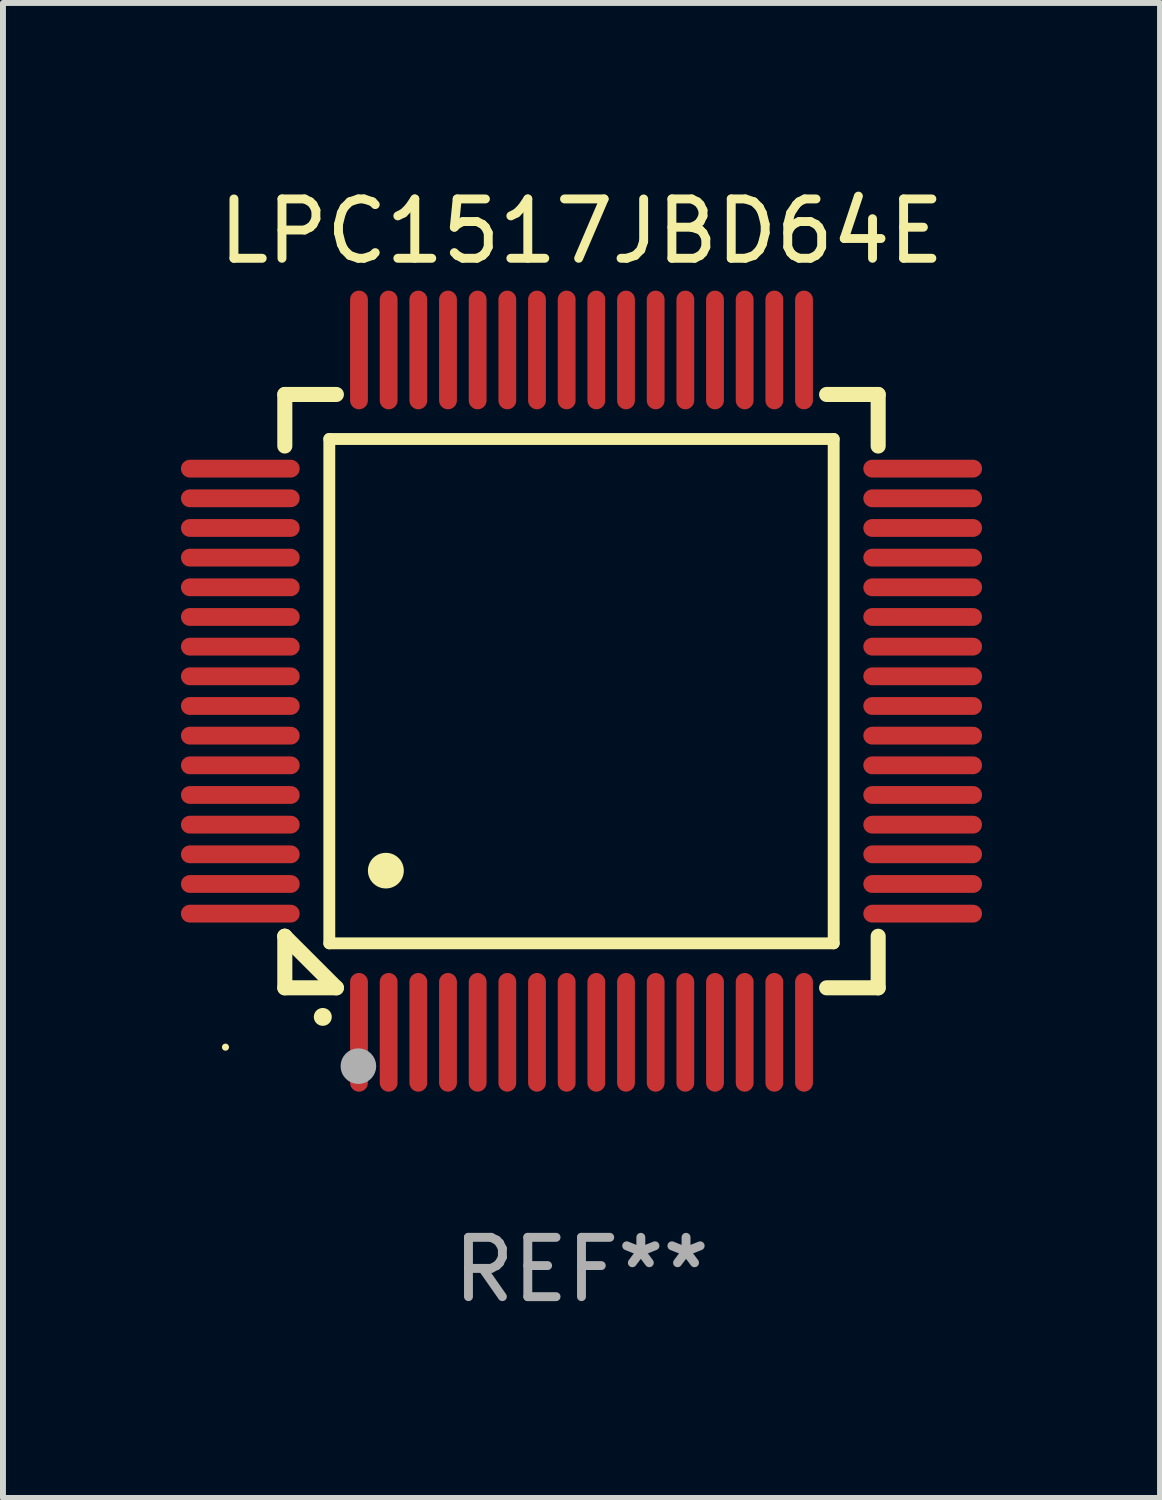
<source format=kicad_pcb>
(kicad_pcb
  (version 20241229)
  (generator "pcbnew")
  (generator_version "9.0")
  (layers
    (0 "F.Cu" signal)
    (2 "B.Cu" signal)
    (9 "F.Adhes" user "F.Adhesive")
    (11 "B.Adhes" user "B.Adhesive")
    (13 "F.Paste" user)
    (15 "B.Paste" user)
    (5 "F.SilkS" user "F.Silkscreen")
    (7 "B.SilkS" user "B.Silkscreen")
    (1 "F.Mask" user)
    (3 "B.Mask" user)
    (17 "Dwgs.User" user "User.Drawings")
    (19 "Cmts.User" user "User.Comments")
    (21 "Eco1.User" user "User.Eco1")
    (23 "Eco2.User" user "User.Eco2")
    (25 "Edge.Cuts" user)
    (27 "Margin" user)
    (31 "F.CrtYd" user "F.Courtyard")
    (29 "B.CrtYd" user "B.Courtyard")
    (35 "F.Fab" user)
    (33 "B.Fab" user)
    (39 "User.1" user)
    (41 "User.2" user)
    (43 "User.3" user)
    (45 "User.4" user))
  (footprint "LPC1517JBD64E"
    (layer "F.Cu")
    (at 6.75 8.598)
    (property "Reference" "LPC1517JBD64E" (at 0 -7.75 0) (layer "F.SilkS") (effects (font (size 1 1) (thickness 0.15))))
    (attr through_hole)
    (fp_line (start -5 -5) (end -4.131 -5) (stroke (width 0.254) (type solid)) (layer "F.SilkS"))
    (fp_line (start -5 -4.131) (end -5 -5) (stroke (width 0.254) (type solid)) (layer "F.SilkS"))
    (fp_line (start -5 4.131) (end -5 4.131) (stroke (width 0.254) (type solid)) (layer "F.SilkS"))
    (fp_line (start -5 5) (end -5 4.131) (stroke (width 0.254) (type solid)) (layer "F.SilkS"))
    (fp_line (start -5 4.131) (end -4.131 5) (stroke (width 0.254) (type solid)) (layer "F.SilkS"))
    (fp_line (start -4.25 -4.25) (end -4.25 4.25) (stroke (width 0.2) (type solid)) (layer "F.SilkS"))
    (fp_line (start -4.25 4.25) (end 4.25 4.25) (stroke (width 0.2) (type solid)) (layer "F.SilkS"))
    (fp_line (start -4.131 5) (end -5 5) (stroke (width 0.254) (type solid)) (layer "F.SilkS"))
    (fp_line (start 4.25 -4.25) (end -4.25 -4.25) (stroke (width 0.2) (type solid)) (layer "F.SilkS"))
    (fp_line (start 4.25 4.25) (end 4.25 -4.25) (stroke (width 0.2) (type solid)) (layer "F.SilkS"))
    (fp_line (start 5 -5) (end 4.131 -5) (stroke (width 0.254) (type solid)) (layer "F.SilkS"))
    (fp_line (start 5 -5) (end 5 -4.131) (stroke (width 0.254) (type solid)) (layer "F.SilkS"))
    (fp_line (start 5 4.131) (end 5 5) (stroke (width 0.254) (type solid)) (layer "F.SilkS"))
    (fp_line (start 5 5) (end 4.131 5) (stroke (width 0.254) (type solid)) (layer "F.SilkS"))
    (fp_arc (start -4.361265 5.489992) (mid -4.359995 5.489987) (end -4.358725 5.489992) (stroke (width 0.3) (type solid)) (layer "F.SilkS"))
    (fp_arc (start -3.299467 3.025146) (mid -3.296927 3.025135) (end -3.294387 3.025146) (stroke (width 0.6) (type solid)) (layer "F.SilkS"))
    (fp_circle (center -6 6) (end -5.97 6) (stroke (width 0.06) (type solid)) (fill no) (layer "F.SilkS"))
    (fp_circle (center -3.76 6.32) (end -3.61 6.32) (stroke (width 0.3) (type solid)) (fill no) (layer "F.Fab"))
    (fp_text user "REF**" (at 0 9.75 0) (layer "F.Fab") (effects (font (size 1 1) (thickness 0.15))))
    (pad "1" smd oval (at -3.75 5.75) (size 0.3 2) (layers "F.Cu" "F.Mask" "F.Paste"))
    (pad "2" smd oval (at -3.25 5.75) (size 0.3 2) (layers "F.Cu" "F.Mask" "F.Paste"))
    (pad "3" smd oval (at -2.75 5.75) (size 0.3 2) (layers "F.Cu" "F.Mask" "F.Paste"))
    (pad "4" smd oval (at -2.25 5.75) (size 0.3 2) (layers "F.Cu" "F.Mask" "F.Paste"))
    (pad "5" smd oval (at -1.75 5.75) (size 0.3 2) (layers "F.Cu" "F.Mask" "F.Paste"))
    (pad "6" smd oval (at -1.25 5.75) (size 0.3 2) (layers "F.Cu" "F.Mask" "F.Paste"))
    (pad "7" smd oval (at -0.75 5.75) (size 0.3 2) (layers "F.Cu" "F.Mask" "F.Paste"))
    (pad "8" smd oval (at -0.25 5.75) (size 0.3 2) (layers "F.Cu" "F.Mask" "F.Paste"))
    (pad "9" smd oval (at 0.25 5.75) (size 0.3 2) (layers "F.Cu" "F.Mask" "F.Paste"))
    (pad "10" smd oval (at 0.75 5.75) (size 0.3 2) (layers "F.Cu" "F.Mask" "F.Paste"))
    (pad "11" smd oval (at 1.25 5.75) (size 0.3 2) (layers "F.Cu" "F.Mask" "F.Paste"))
    (pad "12" smd oval (at 1.75 5.75) (size 0.3 2) (layers "F.Cu" "F.Mask" "F.Paste"))
    (pad "13" smd oval (at 2.25 5.75) (size 0.3 2) (layers "F.Cu" "F.Mask" "F.Paste"))
    (pad "14" smd oval (at 2.75 5.75) (size 0.3 2) (layers "F.Cu" "F.Mask" "F.Paste"))
    (pad "15" smd oval (at 3.25 5.75) (size 0.3 2) (layers "F.Cu" "F.Mask" "F.Paste"))
    (pad "16" smd oval (at 3.75 5.75) (size 0.3 2) (layers "F.Cu" "F.Mask" "F.Paste"))
    (pad "17" smd oval (at 5.75 3.75) (size 2 0.3) (layers "F.Cu" "F.Mask" "F.Paste"))
    (pad "18" smd oval (at 5.75 3.25) (size 2 0.3) (layers "F.Cu" "F.Mask" "F.Paste"))
    (pad "19" smd oval (at 5.75 2.75) (size 2 0.3) (layers "F.Cu" "F.Mask" "F.Paste"))
    (pad "20" smd oval (at 5.75 2.25) (size 2 0.3) (layers "F.Cu" "F.Mask" "F.Paste"))
    (pad "21" smd oval (at 5.75 1.75) (size 2 0.3) (layers "F.Cu" "F.Mask" "F.Paste"))
    (pad "22" smd oval (at 5.75 1.25) (size 2 0.3) (layers "F.Cu" "F.Mask" "F.Paste"))
    (pad "23" smd oval (at 5.75 0.75) (size 2 0.3) (layers "F.Cu" "F.Mask" "F.Paste"))
    (pad "24" smd oval (at 5.75 0.25) (size 2 0.3) (layers "F.Cu" "F.Mask" "F.Paste"))
    (pad "25" smd oval (at 5.75 -0.25) (size 2 0.3) (layers "F.Cu" "F.Mask" "F.Paste"))
    (pad "26" smd oval (at 5.75 -0.75) (size 2 0.3) (layers "F.Cu" "F.Mask" "F.Paste"))
    (pad "27" smd oval (at 5.75 -1.25) (size 2 0.3) (layers "F.Cu" "F.Mask" "F.Paste"))
    (pad "28" smd oval (at 5.75 -1.75) (size 2 0.3) (layers "F.Cu" "F.Mask" "F.Paste"))
    (pad "29" smd oval (at 5.75 -2.25) (size 2 0.3) (layers "F.Cu" "F.Mask" "F.Paste"))
    (pad "30" smd oval (at 5.75 -2.75) (size 2 0.3) (layers "F.Cu" "F.Mask" "F.Paste"))
    (pad "31" smd oval (at 5.75 -3.25) (size 2 0.3) (layers "F.Cu" "F.Mask" "F.Paste"))
    (pad "32" smd oval (at 5.75 -3.75) (size 2 0.3) (layers "F.Cu" "F.Mask" "F.Paste"))
    (pad "33" smd oval (at 3.75 -5.75) (size 0.3 2) (layers "F.Cu" "F.Mask" "F.Paste"))
    (pad "34" smd oval (at 3.25 -5.75) (size 0.3 2) (layers "F.Cu" "F.Mask" "F.Paste"))
    (pad "35" smd oval (at 2.75 -5.75) (size 0.3 2) (layers "F.Cu" "F.Mask" "F.Paste"))
    (pad "36" smd oval (at 2.25 -5.75) (size 0.3 2) (layers "F.Cu" "F.Mask" "F.Paste"))
    (pad "37" smd oval (at 1.75 -5.75) (size 0.3 2) (layers "F.Cu" "F.Mask" "F.Paste"))
    (pad "38" smd oval (at 1.25 -5.75) (size 0.3 2) (layers "F.Cu" "F.Mask" "F.Paste"))
    (pad "39" smd oval (at 0.75 -5.75) (size 0.3 2) (layers "F.Cu" "F.Mask" "F.Paste"))
    (pad "40" smd oval (at 0.25 -5.75) (size 0.3 2) (layers "F.Cu" "F.Mask" "F.Paste"))
    (pad "41" smd oval (at -0.25 -5.75) (size 0.3 2) (layers "F.Cu" "F.Mask" "F.Paste"))
    (pad "42" smd oval (at -0.75 -5.75) (size 0.3 2) (layers "F.Cu" "F.Mask" "F.Paste"))
    (pad "43" smd oval (at -1.25 -5.75) (size 0.3 2) (layers "F.Cu" "F.Mask" "F.Paste"))
    (pad "44" smd oval (at -1.75 -5.75) (size 0.3 2) (layers "F.Cu" "F.Mask" "F.Paste"))
    (pad "45" smd oval (at -2.25 -5.75) (size 0.3 2) (layers "F.Cu" "F.Mask" "F.Paste"))
    (pad "46" smd oval (at -2.75 -5.75) (size 0.3 2) (layers "F.Cu" "F.Mask" "F.Paste"))
    (pad "47" smd oval (at -3.25 -5.75) (size 0.3 2) (layers "F.Cu" "F.Mask" "F.Paste"))
    (pad "48" smd oval (at -3.75 -5.75) (size 0.3 2) (layers "F.Cu" "F.Mask" "F.Paste"))
    (pad "49" smd oval (at -5.75 -3.75) (size 2 0.3) (layers "F.Cu" "F.Mask" "F.Paste"))
    (pad "50" smd oval (at -5.75 -3.25) (size 2 0.3) (layers "F.Cu" "F.Mask" "F.Paste"))
    (pad "51" smd oval (at -5.75 -2.75) (size 2 0.3) (layers "F.Cu" "F.Mask" "F.Paste"))
    (pad "52" smd oval (at -5.75 -2.25) (size 2 0.3) (layers "F.Cu" "F.Mask" "F.Paste"))
    (pad "53" smd oval (at -5.75 -1.75) (size 2 0.3) (layers "F.Cu" "F.Mask" "F.Paste"))
    (pad "54" smd oval (at -5.75 -1.25) (size 2 0.3) (layers "F.Cu" "F.Mask" "F.Paste"))
    (pad "55" smd oval (at -5.75 -0.75) (size 2 0.3) (layers "F.Cu" "F.Mask" "F.Paste"))
    (pad "56" smd oval (at -5.75 -0.25) (size 2 0.3) (layers "F.Cu" "F.Mask" "F.Paste"))
    (pad "57" smd oval (at -5.75 0.25) (size 2 0.3) (layers "F.Cu" "F.Mask" "F.Paste"))
    (pad "58" smd oval (at -5.75 0.75) (size 2 0.3) (layers "F.Cu" "F.Mask" "F.Paste"))
    (pad "59" smd oval (at -5.75 1.25) (size 2 0.3) (layers "F.Cu" "F.Mask" "F.Paste"))
    (pad "60" smd oval (at -5.75 1.75) (size 2 0.3) (layers "F.Cu" "F.Mask" "F.Paste"))
    (pad "61" smd oval (at -5.75 2.25) (size 2 0.3) (layers "F.Cu" "F.Mask" "F.Paste"))
    (pad "62" smd oval (at -5.75 2.75) (size 2 0.3) (layers "F.Cu" "F.Mask" "F.Paste"))
    (pad "63" smd oval (at -5.75 3.25) (size 2 0.3) (layers "F.Cu" "F.Mask" "F.Paste"))
    (pad "64" smd oval (at -5.75 3.75) (size 2 0.3) (layers "F.Cu" "F.Mask" "F.Paste")))
  (gr_rect
    (start -3 -3)
    (end 16.5 22.196)
    (stroke (width 0.1) (type default))
    (fill no)
    (layer "Edge.Cuts")))
</source>
